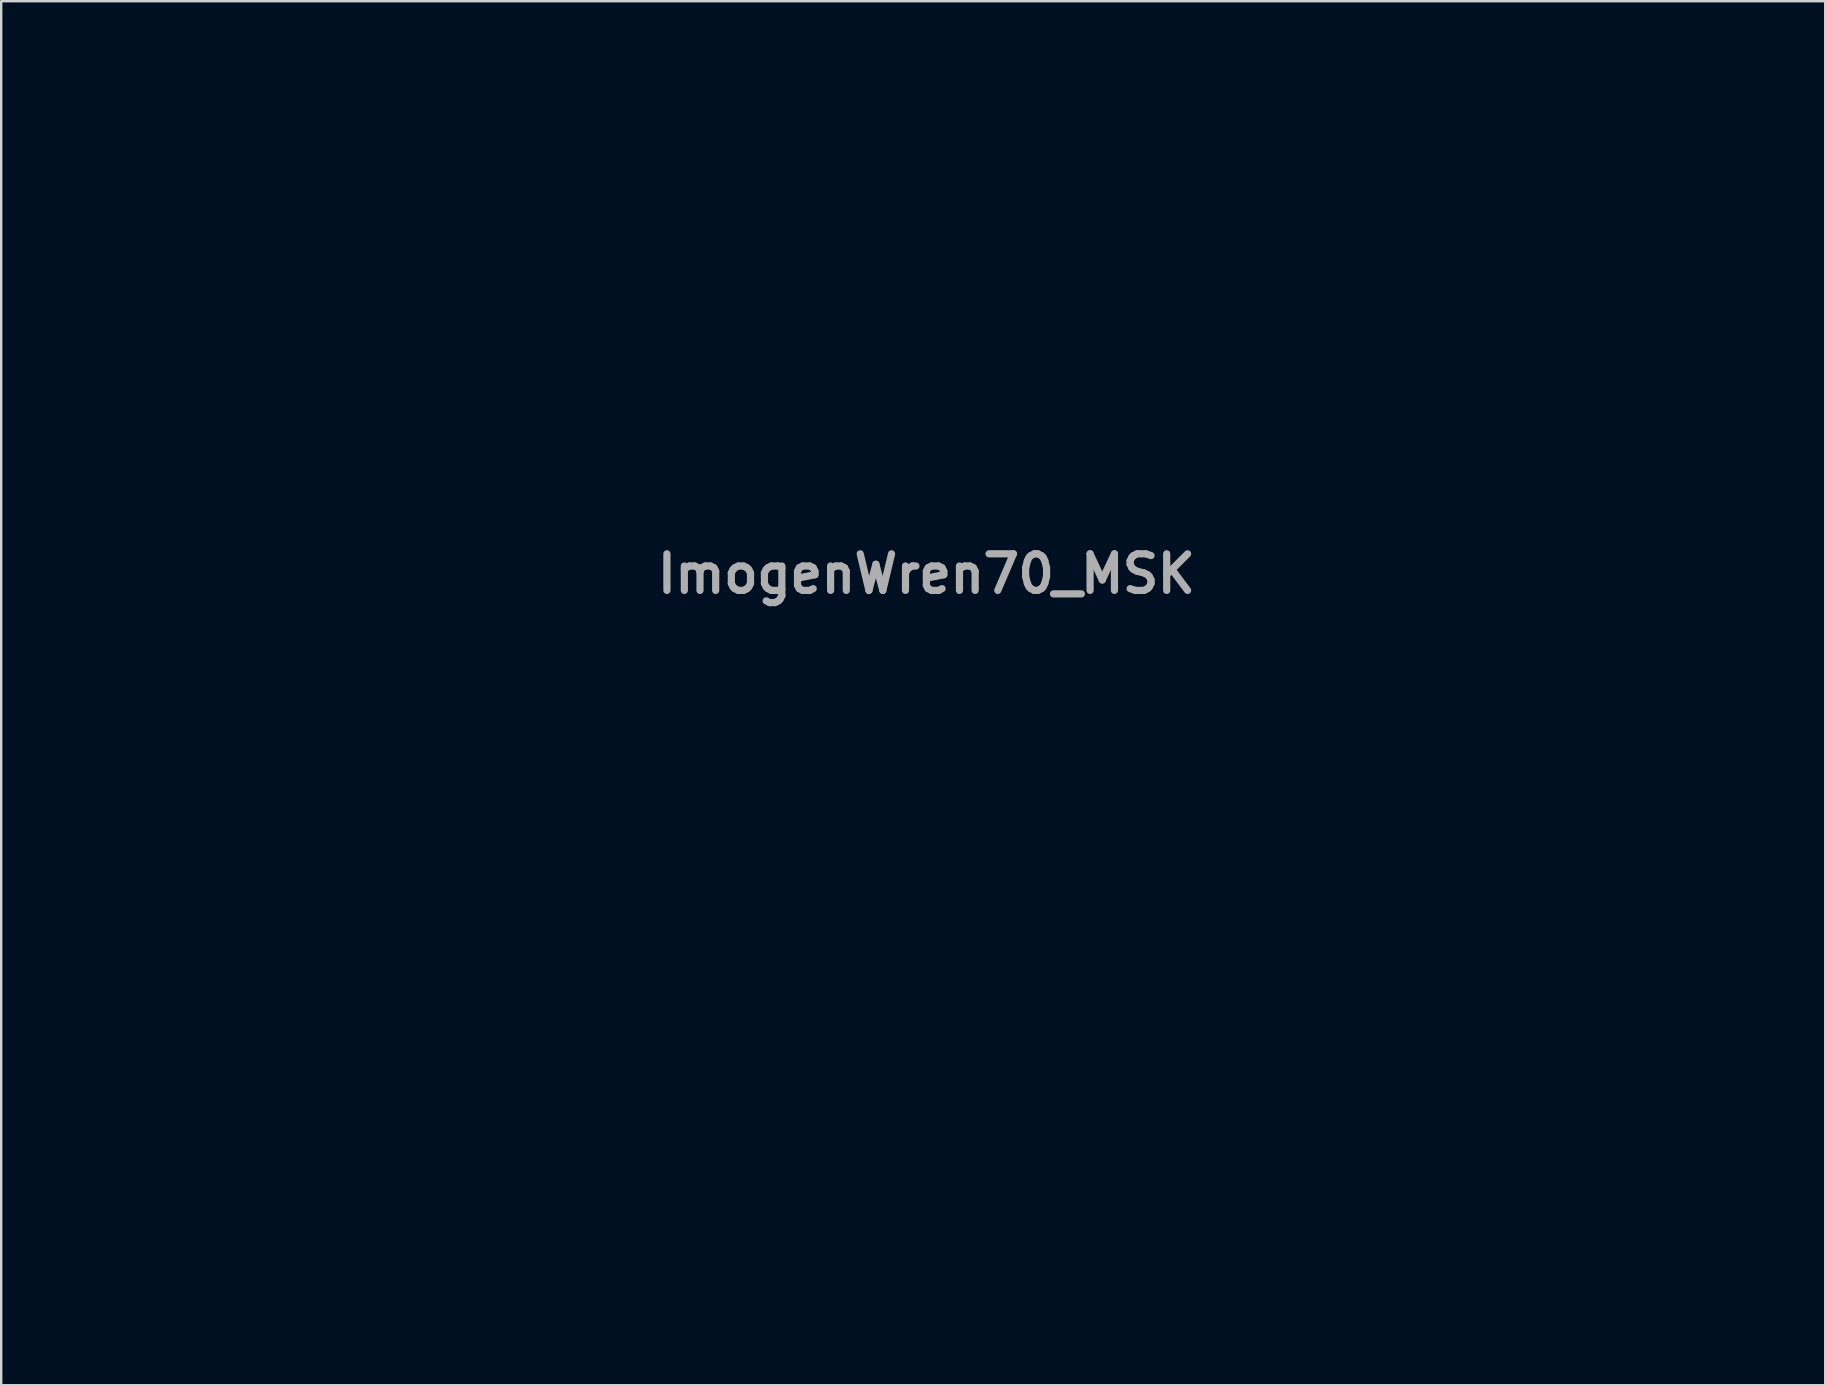
<source format=kicad_pcb>
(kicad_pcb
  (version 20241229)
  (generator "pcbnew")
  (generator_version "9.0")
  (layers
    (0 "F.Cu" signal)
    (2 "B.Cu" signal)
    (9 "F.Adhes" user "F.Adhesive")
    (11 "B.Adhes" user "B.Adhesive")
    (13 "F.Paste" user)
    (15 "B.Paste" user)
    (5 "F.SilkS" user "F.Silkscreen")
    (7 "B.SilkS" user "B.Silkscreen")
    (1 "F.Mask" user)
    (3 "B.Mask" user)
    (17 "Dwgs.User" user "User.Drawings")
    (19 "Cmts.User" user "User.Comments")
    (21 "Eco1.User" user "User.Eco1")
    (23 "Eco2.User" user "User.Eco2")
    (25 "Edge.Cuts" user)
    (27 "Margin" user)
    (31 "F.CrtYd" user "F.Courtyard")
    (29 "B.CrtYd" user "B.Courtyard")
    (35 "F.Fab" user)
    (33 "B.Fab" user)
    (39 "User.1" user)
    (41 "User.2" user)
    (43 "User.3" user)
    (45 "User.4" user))
  (footprint "ImogenWren70_MSK"
    (layer "F.Cu")
    (at 35 26.58)
    (property "Reference" "ImogenWren70_MSK" (at 0.557 -5.715 0) (layer "F.Fab") (effects (font (size 1.524 1.524) (thickness 0.3))))
    (attr board_only exclude_from_pos_files exclude_from_bom)
    (fp_poly (pts (xy -3.408 10.87) (xy -3.283 10.906) (xy -3.169 10.965) (xy -3.073 11.045) (xy -2.98 11.159) (xy -2.88 11.317) (xy -2.745 11.517) (xy -2.594 11.671) (xy -2.418 11.786) (xy -2.205 11.867) (xy -1.945 11.922) (xy -1.806 11.939) (xy -1.515 11.972) (xy -1.278 12.003) (xy -1.087 12.034) (xy -0.93 12.067) (xy -0.798 12.104) (xy -0.681 12.148) (xy -0.591 12.188) (xy -0.323 12.352) (xy -0.095 12.567) (xy 0.09 12.827) (xy 0.228 13.13) (xy 0.279 13.297) (xy 0.321 13.528) (xy 0.315 13.717) (xy 0.261 13.863) (xy 0.159 13.964) (xy 0.104 13.993) (xy 0.071 14.007) (xy 0.042 14.018) (xy 0.01 14.024) (xy -0.032 14.025) (xy -0.091 14.019) (xy -0.176 14.006) (xy -0.292 13.984) (xy -0.447 13.952) (xy -0.648 13.91) (xy -0.902 13.855) (xy -1.063 13.821) (xy -1.457 13.747) (xy -1.797 13.705) (xy -2.086 13.694) (xy -2.328 13.715) (xy -2.526 13.768) (xy -2.527 13.768) (xy -2.726 13.88) (xy -2.891 14.041) (xy -3.01 14.24) (xy -3.033 14.299) (xy -3.051 14.359) (xy -3.066 14.427) (xy -3.078 14.509) (xy -3.086 14.611) (xy -3.092 14.739) (xy -3.094 14.898) (xy -3.094 15.094) (xy -3.091 15.333) (xy -3.085 15.621) (xy -3.077 15.962) (xy -3.066 16.362) (xy -3.056 16.827) (xy -3.056 17.234) (xy -3.066 17.589) (xy -3.086 17.898) (xy -3.119 18.167) (xy -3.163 18.403) (xy -3.221 18.612) (xy -3.294 18.8) (xy -3.381 18.974) (xy -3.406 19.019) (xy -3.53 19.194) (xy -3.695 19.379) (xy -3.884 19.555) (xy -4.077 19.706) (xy -4.17 19.766) (xy -4.378 19.872) (xy -4.605 19.961) (xy -4.839 20.029) (xy -5.068 20.074) (xy -5.278 20.093) (xy -5.457 20.085) (xy -5.593 20.046) (xy -5.6 20.043) (xy -5.695 19.977) (xy -5.776 19.896) (xy -5.78 19.891) (xy -5.807 19.848) (xy -5.827 19.797) (xy -5.841 19.733) (xy -5.847 19.652) (xy -5.846 19.548) (xy -5.837 19.419) (xy -5.819 19.258) (xy -5.791 19.061) (xy -5.754 18.824) (xy -5.706 18.542) (xy -5.648 18.211) (xy -5.578 17.826) (xy -5.496 17.383) (xy -5.471 17.247) (xy -5.387 16.792) (xy -5.315 16.391) (xy -5.254 16.032) (xy -5.201 15.705) (xy -5.155 15.399) (xy -5.115 15.103) (xy -5.079 14.807) (xy -5.045 14.498) (xy -5.012 14.168) (xy -4.995 13.988) (xy -4.944 13.468) (xy -4.889 13.01) (xy -4.83 12.609) (xy -4.767 12.262) (xy -4.698 11.966) (xy -4.621 11.715) (xy -4.537 11.506) (xy -4.444 11.335) (xy -4.341 11.199) (xy -4.23 11.096) (xy -4.037 10.977) (xy -3.825 10.897) (xy -3.61 10.86)) (stroke (width 0) (type solid)) (fill yes) (layer "F.Mask"))
    (fp_poly (pts (xy 2.746 14.496) (xy 2.749 14.496) (xy 3.233 14.546) (xy 3.657 14.618) (xy 4.027 14.714) (xy 4.345 14.835) (xy 4.614 14.984) (xy 4.839 15.161) (xy 5.022 15.369) (xy 5.167 15.609) (xy 5.168 15.611) (xy 5.222 15.724) (xy 5.258 15.816) (xy 5.279 15.907) (xy 5.292 16.017) (xy 5.299 16.166) (xy 5.3 16.218) (xy 5.298 16.507) (xy 5.266 16.761) (xy 5.202 17.004) (xy 5.098 17.261) (xy 5.08 17.301) (xy 4.927 17.594) (xy 4.761 17.844) (xy 4.564 18.072) (xy 4.449 18.186) (xy 4.314 18.309) (xy 4.187 18.411) (xy 4.06 18.494) (xy 3.926 18.559) (xy 3.776 18.609) (xy 3.604 18.645) (xy 3.402 18.669) (xy 3.162 18.683) (xy 2.877 18.688) (xy 2.538 18.686) (xy 2.301 18.682) (xy 1.981 18.677) (xy 1.719 18.674) (xy 1.507 18.675) (xy 1.339 18.681) (xy 1.207 18.694) (xy 1.104 18.714) (xy 1.021 18.743) (xy 0.952 18.783) (xy 0.89 18.834) (xy 0.827 18.898) (xy 0.784 18.945) (xy 0.641 19.135) (xy 0.558 19.325) (xy 0.537 19.51) (xy 0.553 19.612) (xy 0.63 19.772) (xy 0.769 19.922) (xy 0.969 20.06) (xy 1.227 20.185) (xy 1.542 20.298) (xy 1.911 20.396) (xy 2.332 20.48) (xy 2.803 20.548) (xy 3.093 20.58) (xy 3.495 20.626) (xy 3.837 20.684) (xy 4.128 20.756) (xy 4.372 20.846) (xy 4.577 20.955) (xy 4.748 21.088) (xy 4.892 21.248) (xy 5.015 21.437) (xy 5.065 21.534) (xy 5.149 21.744) (xy 5.188 21.94) (xy 5.182 22.111) (xy 5.128 22.247) (xy 5.12 22.259) (xy 4.981 22.393) (xy 4.782 22.503) (xy 4.522 22.588) (xy 4.202 22.649) (xy 4.126 22.659) (xy 3.974 22.672) (xy 3.769 22.681) (xy 3.525 22.687) (xy 3.254 22.689) (xy 2.969 22.688) (xy 2.684 22.683) (xy 2.412 22.676) (xy 2.164 22.665) (xy 1.955 22.652) (xy 1.824 22.639) (xy 1.298 22.553) (xy 0.816 22.428) (xy 0.378 22.266) (xy -0.012 22.067) (xy -0.353 21.832) (xy -0.642 21.564) (xy -0.878 21.263) (xy -1.058 20.931) (xy -1.12 20.773) (xy -1.229 20.395) (xy -1.313 19.972) (xy -1.37 19.517) (xy -1.4 19.045) (xy -1.403 18.571) (xy -1.376 18.108) (xy -1.32 17.672) (xy -1.303 17.58) (xy -1.207 17.141) (xy -1.113 16.801) (xy 0.571 16.801) (xy 0.581 16.856) (xy 0.616 16.979) (xy 0.668 17.077) (xy 0.747 17.153) (xy 0.859 17.21) (xy 1.012 17.254) (xy 1.215 17.287) (xy 1.474 17.314) (xy 1.504 17.317) (xy 1.672 17.331) (xy 1.828 17.344) (xy 1.952 17.355) (xy 2.028 17.362) (xy 2.394 17.378) (xy 2.718 17.353) (xy 2.893 17.318) (xy 3.157 17.232) (xy 3.39 17.117) (xy 3.583 16.98) (xy 3.729 16.827) (xy 3.819 16.664) (xy 3.832 16.626) (xy 3.846 16.454) (xy 3.801 16.291) (xy 3.701 16.143) (xy 3.551 16.019) (xy 3.357 15.924) (xy 3.301 15.905) (xy 3.143 15.869) (xy 2.938 15.838) (xy 2.701 15.813) (xy 2.445 15.796) (xy 2.185 15.785) (xy 1.934 15.783) (xy 1.707 15.789) (xy 1.518 15.805) (xy 1.39 15.827) (xy 1.132 15.919) (xy 0.917 16.046) (xy 0.749 16.204) (xy 0.633 16.386) (xy 0.572 16.587) (xy 0.571 16.801) (xy -1.113 16.801) (xy -1.089 16.715) (xy -0.954 16.316) (xy -0.807 15.956) (xy -0.669 15.68) (xy -0.551 15.502) (xy -0.398 15.32) (xy -0.225 15.15) (xy -0.049 15.008) (xy 0.11 14.912) (xy 0.571 14.723) (xy 1.063 14.588) (xy 1.588 14.505) (xy 2.148 14.475)) (stroke (width 0) (type solid)) (fill yes) (layer "F.Mask"))
    (fp_poly (pts (xy 7.281 16.84) (xy 7.404 16.938) (xy 7.529 17.1) (xy 7.615 17.249) (xy 7.696 17.399) (xy 7.763 17.502) (xy 7.825 17.572) (xy 7.896 17.623) (xy 7.976 17.663) (xy 8.077 17.701) (xy 8.192 17.727) (xy 8.329 17.741) (xy 8.498 17.745) (xy 8.709 17.738) (xy 8.972 17.721) (xy 9.088 17.712) (xy 9.512 17.68) (xy 9.878 17.657) (xy 10.195 17.644) (xy 10.469 17.641) (xy 10.707 17.649) (xy 10.917 17.67) (xy 11.107 17.702) (xy 11.284 17.748) (xy 11.455 17.807) (xy 11.627 17.88) (xy 11.726 17.926) (xy 12.003 18.092) (xy 12.247 18.303) (xy 12.456 18.561) (xy 12.634 18.87) (xy 12.781 19.23) (xy 12.898 19.644) (xy 12.987 20.115) (xy 13.021 20.378) (xy 13.034 20.494) (xy 13.044 20.614) (xy 13.052 20.747) (xy 13.058 20.897) (xy 13.062 21.073) (xy 13.065 21.281) (xy 13.066 21.527) (xy 13.066 21.818) (xy 13.064 22.16) (xy 13.061 22.561) (xy 13.061 22.601) (xy 13.057 23.042) (xy 13.053 23.42) (xy 13.047 23.737) (xy 13.041 23.995) (xy 13.034 24.197) (xy 13.026 24.344) (xy 13.017 24.44) (xy 13.009 24.48) (xy 12.923 24.672) (xy 12.801 24.814) (xy 12.637 24.912) (xy 12.423 24.971) (xy 12.422 24.971) (xy 12.2 24.985) (xy 12.01 24.942) (xy 11.854 24.843) (xy 11.731 24.687) (xy 11.641 24.475) (xy 11.598 24.293) (xy 11.59 24.223) (xy 11.58 24.095) (xy 11.569 23.915) (xy 11.556 23.69) (xy 11.543 23.428) (xy 11.529 23.134) (xy 11.515 22.816) (xy 11.501 22.482) (xy 11.496 22.346) (xy 11.483 22.008) (xy 11.469 21.685) (xy 11.455 21.384) (xy 11.442 21.113) (xy 11.43 20.878) (xy 11.419 20.685) (xy 11.409 20.541) (xy 11.401 20.453) (xy 11.398 20.435) (xy 11.325 20.186) (xy 11.214 19.987) (xy 11.061 19.835) (xy 10.906 19.744) (xy 10.848 19.719) (xy 10.787 19.701) (xy 10.712 19.689) (xy 10.612 19.681) (xy 10.475 19.678) (xy 10.291 19.677) (xy 10.169 19.678) (xy 9.773 19.688) (xy 9.436 19.713) (xy 9.153 19.756) (xy 8.921 19.818) (xy 8.733 19.899) (xy 8.586 20.002) (xy 8.474 20.127) (xy 8.452 20.16) (xy 8.395 20.265) (xy 8.352 20.377) (xy 8.321 20.506) (xy 8.302 20.661) (xy 8.294 20.853) (xy 8.295 21.089) (xy 8.304 21.381) (xy 8.305 21.395) (xy 8.319 21.802) (xy 8.327 22.202) (xy 8.33 22.588) (xy 8.327 22.949) (xy 8.32 23.278) (xy 8.307 23.566) (xy 8.289 23.803) (xy 8.274 23.935) (xy 8.217 24.26) (xy 8.147 24.524) (xy 8.059 24.732) (xy 7.951 24.889) (xy 7.819 24.999) (xy 7.66 25.066) (xy 7.47 25.096) (xy 7.397 25.098) (xy 7.24 25.09) (xy 7.117 25.059) (xy 7.036 25.023) (xy 6.885 24.912) (xy 6.747 24.751) (xy 6.631 24.554) (xy 6.572 24.411) (xy 6.55 24.341) (xy 6.533 24.274) (xy 6.521 24.201) (xy 6.512 24.111) (xy 6.507 23.994) (xy 6.505 23.842) (xy 6.504 23.645) (xy 6.506 23.393) (xy 6.506 23.362) (xy 6.509 23.059) (xy 6.514 22.7) (xy 6.522 22.291) (xy 6.531 21.842) (xy 6.542 21.36) (xy 6.555 20.855) (xy 6.569 20.334) (xy 6.584 19.806) (xy 6.6 19.278) (xy 6.617 18.76) (xy 6.627 18.474) (xy 6.637 18.161) (xy 6.647 17.906) (xy 6.656 17.703) (xy 6.664 17.544) (xy 6.673 17.422) (xy 6.682 17.33) (xy 6.694 17.261) (xy 6.708 17.207) (xy 6.724 17.162) (xy 6.745 17.119) (xy 6.747 17.114) (xy 6.847 16.966) (xy 6.973 16.862) (xy 7.112 16.811) (xy 7.159 16.807)) (stroke (width 0) (type solid)) (fill yes) (layer "F.Mask"))
    (fp_poly (pts (xy -6.421 6.152) (xy -6.234 6.207) (xy -6.075 6.313) (xy -6.019 6.369) (xy -5.933 6.484) (xy -5.871 6.618) (xy -5.831 6.781) (xy -5.809 6.987) (xy -5.802 7.237) (xy -5.804 7.384) (xy -5.81 7.533) (xy -5.821 7.692) (xy -5.838 7.868) (xy -5.861 8.07) (xy -5.893 8.305) (xy -5.933 8.582) (xy -5.984 8.908) (xy -6.035 9.237) (xy -6.135 9.868) (xy -6.224 10.459) (xy -6.306 11.019) (xy -6.38 11.557) (xy -6.448 12.083) (xy -6.51 12.605) (xy -6.568 13.132) (xy -6.622 13.673) (xy -6.675 14.236) (xy -6.725 14.832) (xy -6.776 15.468) (xy -6.827 16.154) (xy -6.867 16.726) (xy -6.906 17.277) (xy -6.942 17.767) (xy -6.976 18.202) (xy -7.008 18.587) (xy -7.039 18.927) (xy -7.07 19.226) (xy -7.1 19.489) (xy -7.132 19.723) (xy -7.165 19.931) (xy -7.2 20.119) (xy -7.238 20.291) (xy -7.279 20.453) (xy -7.324 20.611) (xy -7.365 20.741) (xy -7.518 21.129) (xy -7.708 21.465) (xy -7.935 21.747) (xy -8.197 21.975) (xy -8.481 22.141) (xy -8.759 22.244) (xy -9.031 22.286) (xy -9.301 22.266) (xy -9.572 22.185) (xy -9.846 22.041) (xy -10.127 21.834) (xy -10.284 21.694) (xy -10.571 21.396) (xy -10.868 21.037) (xy -11.173 20.62) (xy -11.484 20.149) (xy -11.798 19.625) (xy -12.115 19.053) (xy -12.431 18.435) (xy -12.746 17.775) (xy -12.931 17.366) (xy -13.063 17.067) (xy -13.174 16.822) (xy -13.265 16.625) (xy -13.341 16.469) (xy -13.403 16.35) (xy -13.456 16.259) (xy -13.503 16.192) (xy -13.546 16.142) (xy -13.562 16.126) (xy -13.693 16.04) (xy -13.841 16.015) (xy -14.001 16.049) (xy -14.172 16.138) (xy -14.352 16.281) (xy -14.539 16.476) (xy -14.73 16.719) (xy -14.924 17.009) (xy -15.118 17.344) (xy -15.31 17.72) (xy -15.498 18.136) (xy -15.613 18.414) (xy -15.843 19.048) (xy -16.024 19.672) (xy -16.109 20.036) (xy -16.201 20.453) (xy -16.295 20.844) (xy -16.387 21.2) (xy -16.476 21.514) (xy -16.56 21.779) (xy -16.628 21.965) (xy -16.812 22.369) (xy -17.018 22.715) (xy -17.243 23.004) (xy -17.487 23.232) (xy -17.748 23.398) (xy -17.755 23.402) (xy -17.884 23.462) (xy -17.988 23.5) (xy -18.094 23.52) (xy -18.228 23.531) (xy -18.301 23.533) (xy -18.489 23.534) (xy -18.637 23.519) (xy -18.77 23.487) (xy -18.789 23.481) (xy -19.064 23.358) (xy -19.317 23.179) (xy -19.547 22.94) (xy -19.758 22.642) (xy -19.903 22.379) (xy -20.012 22.14) (xy -20.128 21.846) (xy -20.246 21.509) (xy -20.365 21.14) (xy -20.481 20.75) (xy -20.591 20.349) (xy -20.692 19.948) (xy -20.78 19.559) (xy -20.854 19.192) (xy -20.908 18.858) (xy -20.911 18.84) (xy -21.007 18.171) (xy -21.108 17.51) (xy -21.214 16.85) (xy -21.328 16.183) (xy -21.451 15.501) (xy -21.584 14.798) (xy -21.729 14.065) (xy -21.887 13.294) (xy -22.059 12.479) (xy -22.248 11.611) (xy -22.327 11.252) (xy -22.591 10.056) (xy -22.555 9.695) (xy -22.491 9.272) (xy -22.391 8.888) (xy -22.258 8.546) (xy -22.092 8.252) (xy -21.897 8.008) (xy -21.674 7.818) (xy -21.518 7.727) (xy -21.419 7.682) (xy -21.333 7.653) (xy -21.238 7.638) (xy -21.115 7.632) (xy -20.992 7.631) (xy -20.836 7.633) (xy -20.724 7.64) (xy -20.634 7.658) (xy -20.546 7.691) (xy -20.448 7.737) (xy -20.316 7.811) (xy -20.187 7.896) (xy -20.1 7.967) (xy -19.968 8.09) (xy -19.914 8.762) (xy -19.836 9.648) (xy -19.752 10.492) (xy -19.66 11.29) (xy -19.561 12.04) (xy -19.455 12.739) (xy -19.343 13.385) (xy -19.226 13.975) (xy -19.103 14.506) (xy -18.976 14.976) (xy -18.891 15.247) (xy -18.748 15.635) (xy -18.598 15.958) (xy -18.443 16.215) (xy -18.281 16.408) (xy -18.113 16.535) (xy -17.939 16.598) (xy -17.759 16.595) (xy -17.573 16.527) (xy -17.38 16.395) (xy -17.275 16.298) (xy -17.181 16.2) (xy -17.09 16.097) (xy -16.999 15.982) (xy -16.903 15.849) (xy -16.799 15.693) (xy -16.683 15.509) (xy -16.552 15.289) (xy -16.401 15.029) (xy -16.228 14.722) (xy -16.029 14.366) (xy -15.809 13.975) (xy -15.614 13.637) (xy -15.44 13.346) (xy -15.283 13.096) (xy -15.139 12.881) (xy -15.003 12.696) (xy -14.873 12.534) (xy -14.744 12.39) (xy -14.671 12.315) (xy -14.475 12.13) (xy -14.302 11.995) (xy -14.143 11.904) (xy -13.986 11.851) (xy -13.82 11.831) (xy -13.769 11.83) (xy -13.569 11.85) (xy -13.386 11.913) (xy -13.204 12.025) (xy -13.057 12.147) (xy -12.949 12.251) (xy -12.848 12.358) (xy -12.75 12.475) (xy -12.65 12.609) (xy -12.547 12.765) (xy -12.434 12.95) (xy -12.309 13.17) (xy -12.167 13.431) (xy -12.005 13.739) (xy -11.825 14.086) (xy -11.643 14.438) (xy -11.485 14.735) (xy -11.347 14.984) (xy -11.226 15.19) (xy -11.118 15.359) (xy -11.021 15.496) (xy -10.931 15.606) (xy -10.844 15.697) (xy -10.833 15.706) (xy -10.663 15.841) (xy -10.507 15.916) (xy -10.358 15.933) (xy -10.206 15.895) (xy -10.164 15.875) (xy -10.008 15.766) (xy -9.876 15.609) (xy -9.765 15.4) (xy -9.675 15.135) (xy -9.603 14.811) (xy -9.585 14.71) (xy -9.572 14.607) (xy -9.56 14.476) (xy -9.549 14.311) (xy -9.539 14.108) (xy -9.53 13.86) (xy -9.522 13.562) (xy -9.514 13.211) (xy -9.506 12.799) (xy -9.505 12.744) (xy -9.499 12.406) (xy -9.492 12.076) (xy -9.484 11.761) (xy -9.475 11.47) (xy -9.467 11.211) (xy -9.458 10.993) (xy -9.45 10.823) (xy -9.443 10.712) (xy -9.371 10.072) (xy -9.273 9.488) (xy -9.148 8.957) (xy -8.993 8.474) (xy -8.807 8.036) (xy -8.589 7.638) (xy -8.337 7.276) (xy -8.05 6.946) (xy -8.003 6.898) (xy -7.716 6.639) (xy -7.425 6.431) (xy -7.137 6.277) (xy -6.856 6.181) (xy -6.646 6.147)) (stroke (width 0) (type solid)) (fill yes) (layer "F.Mask"))
    (fp_poly (pts (xy -15.746 -26.556) (xy -15.196 -26.487) (xy -14.675 -26.373) (xy -14.185 -26.218) (xy -13.732 -26.022) (xy -13.318 -25.788) (xy -12.946 -25.518) (xy -12.621 -25.214) (xy -12.345 -24.878) (xy -12.122 -24.511) (xy -11.96 -24.13) (xy -11.918 -24.001) (xy -11.888 -23.893) (xy -11.868 -23.789) (xy -11.854 -23.672) (xy -11.846 -23.525) (xy -11.84 -23.332) (xy -11.839 -23.302) (xy -11.836 -23.053) (xy -11.84 -22.855) (xy -11.854 -22.694) (xy -11.876 -22.558) (xy -11.959 -22.277) (xy -12.094 -21.968) (xy -12.276 -21.635) (xy -12.502 -21.286) (xy -12.766 -20.926) (xy -13.065 -20.56) (xy -13.395 -20.194) (xy -13.752 -19.835) (xy -14.12 -19.497) (xy -14.627 -19.07) (xy -15.165 -18.66) (xy -15.736 -18.261) (xy -16.346 -17.872) (xy -17.001 -17.49) (xy -17.703 -17.112) (xy -18.459 -16.735) (xy -19.274 -16.355) (xy -19.681 -16.174) (xy -20.015 -16.027) (xy -20.294 -15.903) (xy -20.524 -15.797) (xy -20.711 -15.706) (xy -20.859 -15.627) (xy -20.975 -15.557) (xy -21.065 -15.492) (xy -21.132 -15.429) (xy -21.184 -15.364) (xy -21.226 -15.294) (xy -21.264 -15.215) (xy -21.271 -15.199) (xy -21.288 -15.155) (xy -21.303 -15.105) (xy -21.317 -15.044) (xy -21.33 -14.969) (xy -21.341 -14.876) (xy -21.352 -14.762) (xy -21.361 -14.622) (xy -21.371 -14.454) (xy -21.379 -14.253) (xy -21.388 -14.016) (xy -21.396 -13.739) (xy -21.404 -13.419) (xy -21.412 -13.051) (xy -21.421 -12.633) (xy -21.43 -12.16) (xy -21.44 -11.63) (xy -21.45 -11.037) (xy -21.45 -11.012) (xy -21.464 -10.213) (xy -21.478 -9.474) (xy -21.49 -8.789) (xy -21.503 -8.155) (xy -21.515 -7.564) (xy -21.526 -7.013) (xy -21.538 -6.496) (xy -21.55 -6.006) (xy -21.561 -5.54) (xy -21.574 -5.092) (xy -21.586 -4.656) (xy -21.599 -4.228) (xy -21.613 -3.801) (xy -21.628 -3.371) (xy -21.644 -2.932) (xy -21.66 -2.479) (xy -21.668 -2.278) (xy -21.677 -2.02) (xy -21.684 -1.778) (xy -21.688 -1.562) (xy -21.69 -1.38) (xy -21.689 -1.242) (xy -21.686 -1.157) (xy -21.684 -1.14) (xy -21.63 -0.999) (xy -21.531 -0.868) (xy -21.407 -0.773) (xy -21.402 -0.771) (xy -21.334 -0.745) (xy -21.218 -0.713) (xy -21.074 -0.678) (xy -20.956 -0.654) (xy -20.705 -0.599) (xy -20.461 -0.534) (xy -20.213 -0.455) (xy -19.952 -0.358) (xy -19.669 -0.241) (xy -19.353 -0.098) (xy -18.997 0.073) (xy -18.78 0.18) (xy -18.462 0.335) (xy -18.195 0.458) (xy -17.975 0.549) (xy -17.795 0.61) (xy -17.651 0.642) (xy -17.538 0.647) (xy -17.451 0.625) (xy -17.385 0.577) (xy -17.354 0.539) (xy -17.322 0.471) (xy -17.281 0.353) (xy -17.235 0.202) (xy -17.189 0.031) (xy -17.177 -0.018) (xy -17.118 -0.261) (xy -17.071 -0.45) (xy -17.032 -0.596) (xy -16.998 -0.707) (xy -16.966 -0.795) (xy -16.932 -0.869) (xy -16.892 -0.939) (xy -16.845 -1.015) (xy -16.843 -1.018) (xy -16.764 -1.125) (xy -16.644 -1.265) (xy -16.493 -1.43) (xy -16.321 -1.609) (xy -16.136 -1.794) (xy -15.948 -1.974) (xy -15.766 -2.141) (xy -15.599 -2.285) (xy -15.535 -2.338) (xy -14.916 -2.791) (xy -14.272 -3.185) (xy -13.601 -3.519) (xy -12.898 -3.796) (xy -12.23 -4) (xy -11.996 -4.053) (xy -11.776 -4.083) (xy -11.556 -4.088) (xy -11.324 -4.067) (xy -11.066 -4.02) (xy -10.768 -3.946) (xy -10.599 -3.898) (xy -10.311 -3.807) (xy -10.068 -3.714) (xy -9.852 -3.609) (xy -9.649 -3.483) (xy -9.442 -3.327) (xy -9.217 -3.132) (xy -9.127 -3.049) (xy -8.969 -2.905) (xy -8.844 -2.803) (xy -8.738 -2.739) (xy -8.637 -2.71) (xy -8.526 -2.712) (xy -8.391 -2.742) (xy -8.219 -2.797) (xy -8.175 -2.812) (xy -7.915 -2.894) (xy -7.681 -2.957) (xy -7.455 -3.003) (xy -7.223 -3.035) (xy -6.968 -3.053) (xy -6.676 -3.062) (xy -6.44 -3.063) (xy -5.85 -3.046) (xy -5.301 -2.999) (xy -4.796 -2.922) (xy -4.338 -2.817) (xy -3.931 -2.683) (xy -3.578 -2.521) (xy -3.285 -2.335) (xy -3.112 -2.192) (xy -2.974 -2.042) (xy -2.867 -1.876) (xy -2.785 -1.682) (xy -2.724 -1.451) (xy -2.677 -1.171) (xy -2.656 -0.983) (xy -2.628 -0.775) (xy -2.586 -0.551) (xy -2.533 -0.321) (xy -2.472 -0.094) (xy -2.407 0.119) (xy -2.339 0.307) (xy -2.274 0.461) (xy -2.213 0.57) (xy -2.162 0.623) (xy -2.07 0.655) (xy -1.964 0.653) (xy -1.837 0.615) (xy -1.68 0.539) (xy -1.487 0.422) (xy -1.386 0.355) (xy -1.237 0.252) (xy -1.087 0.138) (xy -0.926 0.007) (xy -0.747 -0.147) (xy -0.544 -0.33) (xy -0.308 -0.549) (xy -0.114 -0.732) (xy 0.063 -0.898) (xy 0.241 -1.063) (xy 0.409 -1.216) (xy 0.557 -1.348) (xy 0.673 -1.448) (xy 0.704 -1.474) (xy 0.97 -1.68) (xy 1.265 -1.887) (xy 1.575 -2.089) (xy 1.89 -2.277) (xy 2.196 -2.445) (xy 2.483 -2.587) (xy 2.737 -2.694) (xy 2.819 -2.722) (xy 3.038 -2.775) (xy 3.312 -2.806) (xy 3.376 -2.809) (xy 3.648 -2.811) (xy 3.879 -2.783) (xy 4.084 -2.721) (xy 4.275 -2.618) (xy 4.466 -2.468) (xy 4.672 -2.265) (xy 4.687 -2.25) (xy 4.881 -2.043) (xy 5.039 -1.879) (xy 5.167 -1.75) (xy 5.273 -1.652) (xy 5.363 -1.576) (xy 5.444 -1.517) (xy 5.524 -1.469) (xy 5.592 -1.433) (xy 5.937 -1.284) (xy 6.278 -1.181) (xy 6.608 -1.125) (xy 6.92 -1.117) (xy 7.206 -1.156) (xy 7.458 -1.243) (xy 7.543 -1.289) (xy 7.63 -1.346) (xy 7.702 -1.411) (xy 7.772 -1.498) (xy 7.853 -1.621) (xy 7.901 -1.7) (xy 8.017 -1.883) (xy 8.136 -2.041) (xy 8.266 -2.18) (xy 8.415 -2.309) (xy 8.593 -2.434) (xy 8.808 -2.561) (xy 9.07 -2.698) (xy 9.317 -2.819) (xy 9.612 -2.953) (xy 9.867 -3.053) (xy 10.098 -3.123) (xy 10.318 -3.167) (xy 10.541 -3.189) (xy 10.67 -3.192) (xy 11.033 -3.195) (xy 11.31 -3.058) (xy 11.541 -2.922) (xy 11.792 -2.736) (xy 12.051 -2.51) (xy 12.31 -2.254) (xy 12.558 -1.976) (xy 12.785 -1.687) (xy 12.803 -1.662) (xy 13.035 -1.319) (xy 13.253 -0.954) (xy 13.459 -0.557) (xy 13.66 -0.121) (xy 13.859 0.363) (xy 14.041 0.852) (xy 14.153 1.165) (xy 14.246 1.423) (xy 14.324 1.633) (xy 14.388 1.803) (xy 14.441 1.938) (xy 14.487 2.048) (xy 14.528 2.138) (xy 14.566 2.216) (xy 14.603 2.284) (xy 14.665 2.385) (xy 14.72 2.459) (xy 14.757 2.491) (xy 14.759 2.491) (xy 14.81 2.469) (xy 14.899 2.408) (xy 15.019 2.315) (xy 15.164 2.195) (xy 15.323 2.056) (xy 15.491 1.905) (xy 15.659 1.747) (xy 15.736 1.671) (xy 15.878 1.529) (xy 15.999 1.4) (xy 16.105 1.275) (xy 16.205 1.143) (xy 16.304 0.995) (xy 16.411 0.819) (xy 16.532 0.607) (xy 16.556 0.564) (xy 18.782 0.564) (xy 18.804 0.76) (xy 18.881 0.939) (xy 19.012 1.094) (xy 19.153 1.196) (xy 19.385 1.3) (xy 19.645 1.354) (xy 19.935 1.359) (xy 20.262 1.313) (xy 20.477 1.262) (xy 20.868 1.138) (xy 21.222 0.987) (xy 21.535 0.812) (xy 21.803 0.617) (xy 22.024 0.406) (xy 22.195 0.182) (xy 22.311 -0.053) (xy 22.371 -0.294) (xy 22.371 -0.538) (xy 22.333 -0.709) (xy 22.254 -0.882) (xy 22.138 -1.034) (xy 22.001 -1.15) (xy 21.872 -1.21) (xy 21.656 -1.243) (xy 21.4 -1.239) (xy 21.114 -1.2) (xy 20.809 -1.129) (xy 20.494 -1.03) (xy 20.182 -0.907) (xy 19.882 -0.761) (xy 19.605 -0.596) (xy 19.458 -0.491) (xy 19.221 -0.288) (xy 19.035 -0.075) (xy 18.899 0.142) (xy 18.814 0.356) (xy 18.782 0.564) (xy 16.556 0.564) (xy 16.675 0.348) (xy 16.695 0.311) (xy 16.9 -0.052) (xy 17.098 -0.367) (xy 17.298 -0.65) (xy 17.512 -0.915) (xy 17.747 -1.175) (xy 18.164 -1.582) (xy 18.594 -1.941) (xy 19.031 -2.251) (xy 19.471 -2.507) (xy 19.909 -2.707) (xy 20.34 -2.849) (xy 20.681 -2.919) (xy 21.063 -2.948) (xy 21.472 -2.931) (xy 21.898 -2.871) (xy 22.329 -2.773) (xy 22.754 -2.639) (xy 23.159 -2.474) (xy 23.535 -2.28) (xy 23.869 -2.062) (xy 24.099 -1.872) (xy 24.263 -1.694) (xy 24.417 -1.481) (xy 24.549 -1.254) (xy 24.642 -1.038) (xy 24.653 -1.005) (xy 24.715 -0.695) (xy 24.719 -0.366) (xy 24.669 -0.024) (xy 24.567 0.326) (xy 24.417 0.677) (xy 24.221 1.025) (xy 23.983 1.363) (xy 23.705 1.686) (xy 23.391 1.988) (xy 23.044 2.264) (xy 22.764 2.45) (xy 22.6 2.55) (xy 22.413 2.664) (xy 22.239 2.77) (xy 22.199 2.794) (xy 22.045 2.897) (xy 21.884 3.022) (xy 21.726 3.158) (xy 21.584 3.294) (xy 21.468 3.421) (xy 21.391 3.526) (xy 21.372 3.564) (xy 21.347 3.661) (xy 21.348 3.749) (xy 21.349 3.751) (xy 21.392 3.816) (xy 21.484 3.855) (xy 21.625 3.867) (xy 21.817 3.852) (xy 22.062 3.811) (xy 22.361 3.742) (xy 22.715 3.646) (xy 23.126 3.522) (xy 23.441 3.421) (xy 23.656 3.349) (xy 23.904 3.264) (xy 24.173 3.169) (xy 24.454 3.068) (xy 24.734 2.966) (xy 25.003 2.867) (xy 25.249 2.774) (xy 25.462 2.692) (xy 25.63 2.625) (xy 25.701 2.595) (xy 25.887 2.486) (xy 26.053 2.339) (xy 26.18 2.171) (xy 26.201 2.132) (xy 26.246 2.036) (xy 26.282 1.939) (xy 26.311 1.836) (xy 26.332 1.718) (xy 26.346 1.58) (xy 26.352 1.416) (xy 26.352 1.217) (xy 26.346 0.978) (xy 26.334 0.692) (xy 26.316 0.352) (xy 26.299 0.066) (xy 26.272 -0.393) (xy 26.249 -0.79) (xy 26.23 -1.132) (xy 26.214 -1.422) (xy 26.203 -1.666) (xy 26.197 -1.868) (xy 26.194 -2.032) (xy 26.195 -2.165) (xy 26.201 -2.269) (xy 26.212 -2.351) (xy 26.226 -2.415) (xy 26.245 -2.465) (xy 26.269 -2.506) (xy 26.297 -2.544) (xy 26.326 -2.577) (xy 26.387 -2.641) (xy 26.45 -2.693) (xy 26.527 -2.737) (xy 26.629 -2.778) (xy 26.766 -2.821) (xy 26.949 -2.87) (xy 27.095 -2.907) (xy 27.305 -2.957) (xy 27.472 -2.992) (xy 27.616 -3.014) (xy 27.759 -3.025) (xy 27.92 -3.029) (xy 27.956 -3.03) (xy 28.126 -3.029) (xy 28.248 -3.024) (xy 28.34 -3.011) (xy 28.42 -2.987) (xy 28.505 -2.951) (xy 28.516 -2.946) (xy 28.708 -2.83) (xy 28.864 -2.683) (xy 28.971 -2.519) (xy 28.988 -2.479) (xy 29.018 -2.381) (xy 29.051 -2.245) (xy 29.081 -2.096) (xy 29.086 -2.066) (xy 29.125 -1.884) (xy 29.174 -1.751) (xy 29.244 -1.65) (xy 29.342 -1.565) (xy 29.365 -1.549) (xy 29.454 -1.505) (xy 29.568 -1.479) (xy 29.713 -1.471) (xy 29.894 -1.482) (xy 30.116 -1.513) (xy 30.384 -1.564) (xy 30.703 -1.635) (xy 31.079 -1.728) (xy 31.103 -1.734) (xy 31.423 -1.813) (xy 31.696 -1.873) (xy 31.933 -1.916) (xy 32.149 -1.945) (xy 32.357 -1.961) (xy 32.57 -1.966) (xy 32.597 -1.966) (xy 32.993 -1.943) (xy 33.347 -1.871) (xy 33.663 -1.748) (xy 33.946 -1.573) (xy 34.199 -1.342) (xy 34.426 -1.055) (xy 34.443 -1.031) (xy 34.586 -0.79) (xy 34.707 -0.53) (xy 34.806 -0.244) (xy 34.884 0.074) (xy 34.943 0.43) (xy 34.983 0.831) (xy 35.007 1.283) (xy 35.015 1.792) (xy 35.015 1.835) (xy 35.003 2.474) (xy 34.965 3.072) (xy 34.9 3.648) (xy 34.804 4.224) (xy 34.676 4.818) (xy 34.636 4.982) (xy 34.564 5.253) (xy 34.496 5.467) (xy 34.427 5.633) (xy 34.354 5.758) (xy 34.272 5.85) (xy 34.176 5.918) (xy 34.149 5.933) (xy 34.039 5.977) (xy 33.925 5.994) (xy 33.79 5.983) (xy 33.617 5.945) (xy 33.563 5.931) (xy 33.213 5.823) (xy 32.928 5.711) (xy 32.706 5.594) (xy 32.547 5.472) (xy 32.451 5.344) (xy 32.444 5.33) (xy 32.412 5.246) (xy 32.393 5.155) (xy 32.388 5.049) (xy 32.397 4.918) (xy 32.421 4.754) (xy 32.462 4.548) (xy 32.519 4.29) (xy 32.544 4.184) (xy 32.646 3.734) (xy 32.727 3.338) (xy 32.789 2.988) (xy 32.832 2.675) (xy 32.857 2.393) (xy 32.866 2.132) (xy 32.859 1.885) (xy 32.844 1.71) (xy 32.783 1.321) (xy 32.687 0.986) (xy 32.553 0.702) (xy 32.381 0.467) (xy 32.168 0.277) (xy 31.939 0.143) (xy 31.632 0.033) (xy 31.306 -0.018) (xy 30.958 -0.009) (xy 30.586 0.059) (xy 30.481 0.087) (xy 30.116 0.221) (xy 29.8 0.397) (xy 29.534 0.616) (xy 29.316 0.88) (xy 29.145 1.188) (xy 29.02 1.542) (xy 29.017 1.557) (xy 28.994 1.654) (xy 28.978 1.758) (xy 28.967 1.882) (xy 28.961 2.037) (xy 28.958 2.236) (xy 28.958 2.425) (xy 28.961 2.665) (xy 28.967 2.869) (xy 28.978 3.055) (xy 28.996 3.244) (xy 29.022 3.454) (xy 29.058 3.705) (xy 29.068 3.769) (xy 29.102 3.997) (xy 29.135 4.223) (xy 29.164 4.431) (xy 29.188 4.607) (xy 29.204 4.736) (xy 29.206 4.752) (xy 29.218 5.054) (xy 29.188 5.327) (xy 29.117 5.564) (xy 29.009 5.762) (xy 28.865 5.912) (xy 28.689 6.012) (xy 28.647 6.026) (xy 28.567 6.039) (xy 28.429 6.05) (xy 28.242 6.058) (xy 28.014 6.062) (xy 27.845 6.063) (xy 27.612 6.063) (xy 27.435 6.06) (xy 27.304 6.056) (xy 27.209 6.048) (xy 27.139 6.036) (xy 27.086 6.019) (xy 27.046 6.001) (xy 26.879 5.879) (xy 26.746 5.702) (xy 26.647 5.47) (xy 26.581 5.185) (xy 26.55 4.848) (xy 26.547 4.702) (xy 26.547 4.396) (xy 26.033 4.642) (xy 25.798 4.752) (xy 25.526 4.876) (xy 25.224 5.009) (xy 24.902 5.15) (xy 24.564 5.295) (xy 24.22 5.44) (xy 23.877 5.584) (xy 23.541 5.722) (xy 23.221 5.852) (xy 22.923 5.971) (xy 22.655 6.075) (xy 22.425 6.162) (xy 22.24 6.228) (xy 22.107 6.27) (xy 22.106 6.271) (xy 21.546 6.416) (xy 21.012 6.522) (xy 20.481 6.593) (xy 19.931 6.634) (xy 19.681 6.642) (xy 19.343 6.648) (xy 19.059 6.645) (xy 18.818 6.631) (xy 18.609 6.603) (xy 18.42 6.558) (xy 18.242 6.494) (xy 18.061 6.407) (xy 17.869 6.296) (xy 17.652 6.158) (xy 17.633 6.145) (xy 17.295 5.9) (xy 17.014 5.652) (xy 16.782 5.39) (xy 16.744 5.34) (xy 16.665 5.237) (xy 16.599 5.159) (xy 16.557 5.117) (xy 16.549 5.113) (xy 16.503 5.138) (xy 16.435 5.202) (xy 16.359 5.289) (xy 16.29 5.383) (xy 16.253 5.447) (xy 16.213 5.544) (xy 16.192 5.652) (xy 16.19 5.783) (xy 16.207 5.947) (xy 16.243 6.154) (xy 16.283 6.342) (xy 16.353 6.674) (xy 16.407 6.961) (xy 16.447 7.22) (xy 16.474 7.467) (xy 16.49 7.722) (xy 16.498 8) (xy 16.5 8.243) (xy 16.497 8.551) (xy 16.487 8.811) (xy 16.469 9.041) (xy 16.44 9.258) (xy 16.397 9.48) (xy 16.339 9.724) (xy 16.304 9.859) (xy 16.223 10.131) (xy 16.111 10.446) (xy 15.974 10.794) (xy 15.817 11.162) (xy 15.647 11.539) (xy 15.467 11.913) (xy 15.282 12.273) (xy 15.1 12.607) (xy 14.987 12.798) (xy 14.741 13.193) (xy 14.5 13.549) (xy 14.252 13.882) (xy 13.984 14.206) (xy 13.686 14.538) (xy 13.346 14.892) (xy 12.953 15.273) (xy 12.581 15.6) (xy 12.225 15.875) (xy 11.877 16.103) (xy 11.533 16.288) (xy 11.184 16.434) (xy 10.826 16.545) (xy 10.717 16.572) (xy 10.622 16.587) (xy 10.474 16.6) (xy 10.287 16.613) (xy 10.074 16.623) (xy 9.849 16.632) (xy 9.623 16.638) (xy 9.412 16.64) (xy 9.227 16.639) (xy 9.082 16.634) (xy 9.013 16.628) (xy 8.5 16.543) (xy 8.04 16.421) (xy 7.632 16.26) (xy 7.275 16.06) (xy 6.968 15.821) (xy 6.71 15.542) (xy 6.5 15.221) (xy 6.336 14.858) (xy 6.287 14.716) (xy 6.26 14.621) (xy 6.24 14.533) (xy 6.226 14.439) (xy 6.218 14.325) (xy 6.214 14.178) (xy 6.212 13.986) (xy 6.213 13.863) (xy 6.215 13.623) (xy 6.221 13.432) (xy 6.23 13.299) (xy 8.756 13.299) (xy 8.793 13.532) (xy 8.882 13.73) (xy 9.025 13.895) (xy 9.22 14.028) (xy 9.328 14.08) (xy 9.432 14.12) (xy 9.523 14.143) (xy 9.625 14.151) (xy 9.76 14.149) (xy 9.816 14.146) (xy 10.143 14.106) (xy 10.34 14.051) (xy 10.773 13.87) (xy 11.207 13.632) (xy 11.634 13.344) (xy 12.047 13.013) (xy 12.435 12.648) (xy 12.792 12.256) (xy 13.107 11.843) (xy 13.373 11.419) (xy 13.391 11.385) (xy 13.54 11.073) (xy 13.655 10.747) (xy 13.736 10.416) (xy 13.784 10.088) (xy 13.797 9.772) (xy 13.776 9.476) (xy 13.72 9.209) (xy 13.628 8.98) (xy 13.501 8.796) (xy 13.493 8.788) (xy 13.344 8.663) (xy 13.177 8.586) (xy 12.986 8.557) (xy 12.766 8.576) (xy 12.513 8.644) (xy 12.223 8.759) (xy 12.102 8.815) (xy 11.756 8.999) (xy 11.43 9.209) (xy 11.113 9.454) (xy 10.791 9.745) (xy 10.568 9.968) (xy 10.089 10.51) (xy 9.66 11.094) (xy 9.284 11.713) (xy 9.131 12.006) (xy 8.959 12.386) (xy 8.839 12.728) (xy 8.771 13.032) (xy 8.756 13.299) (xy 6.23 13.299) (xy 6.231 13.276) (xy 6.248 13.139) (xy 6.271 13.006) (xy 6.286 12.935) (xy 6.389 12.537) (xy 6.517 12.159) (xy 6.678 11.786) (xy 6.877 11.407) (xy 7.12 11.007) (xy 7.241 10.824) (xy 7.452 10.518) (xy 7.652 10.243) (xy 7.854 9.985) (xy 8.066 9.734) (xy 8.301 9.475) (xy 8.567 9.197) (xy 8.807 8.956) (xy 9.068 8.699) (xy 9.311 8.466) (xy 9.547 8.248) (xy 9.786 8.036) (xy 10.038 7.821) (xy 10.313 7.595) (xy 10.622 7.347) (xy 10.958 7.083) (xy 11.141 6.939) (xy 11.31 6.803) (xy 11.458 6.682) (xy 11.576 6.583) (xy 11.656 6.512) (xy 11.685 6.482) (xy 11.747 6.366) (xy 11.768 6.226) (xy 11.753 6.081) (xy 11.704 5.949) (xy 11.626 5.846) (xy 11.553 5.801) (xy 11.46 5.783) (xy 11.349 5.793) (xy 11.214 5.836) (xy 11.048 5.912) (xy 10.848 6.025) (xy 10.606 6.176) (xy 10.441 6.285) (xy 10.013 6.556) (xy 9.581 6.793) (xy 9.151 6.996) (xy 8.729 7.163) (xy 8.322 7.292) (xy 7.936 7.38) (xy 7.577 7.427) (xy 7.251 7.428) (xy 6.988 7.39) (xy 6.726 7.306) (xy 6.504 7.183) (xy 6.319 7.018) (xy 6.169 6.808) (xy 6.051 6.547) (xy 5.963 6.234) (xy 5.901 5.864) (xy 5.899 5.841) (xy 5.873 5.663) (xy 5.843 5.54) (xy 5.801 5.463) (xy 5.742 5.422) (xy 5.661 5.408) (xy 5.636 5.408) (xy 5.589 5.409) (xy 5.541 5.415) (xy 5.488 5.427) (xy 5.425 5.449) (xy 5.347 5.483) (xy 5.248 5.532) (xy 5.123 5.599) (xy 4.967 5.685) (xy 4.775 5.795) (xy 4.543 5.929) (xy 4.264 6.092) (xy 3.934 6.286) (xy 3.933 6.286) (xy 3.451 6.558) (xy 3.008 6.784) (xy 2.598 6.965) (xy 2.216 7.103) (xy 1.855 7.199) (xy 1.51 7.255) (xy 1.174 7.271) (xy 0.842 7.251) (xy 0.509 7.194) (xy 0.379 7.163) (xy -0.058 7.019) (xy -0.459 6.822) (xy -0.82 6.576) (xy -1.138 6.285) (xy -1.411 5.951) (xy -1.634 5.579) (xy -1.805 5.171) (xy -1.922 4.732) (xy -1.963 4.455) (xy -1.987 4.275) (xy -2.018 4.137) (xy -2.062 4.043) (xy -2.125 3.989) (xy -2.214 3.975) (xy -2.335 3.999) (xy -2.495 4.06) (xy -2.699 4.158) (xy -2.905 4.264) (xy -3.102 4.365) (xy -3.322 4.474) (xy -3.537 4.578) (xy -3.722 4.664) (xy -3.724 4.665) (xy -3.895 4.746) (xy -4.066 4.832) (xy -4.217 4.914) (xy -4.32 4.975) (xy -4.619 5.135) (xy -4.92 5.229) (xy -5.211 5.259) (xy -5.421 5.243) (xy -5.584 5.193) (xy -5.713 5.103) (xy -5.818 4.965) (xy -5.831 4.942) (xy -5.885 4.836) (xy -5.927 4.722) (xy -5.958 4.591) (xy -5.978 4.434) (xy -5.99 4.243) (xy -5.994 4.008) (xy -5.99 3.722) (xy -5.986 3.556) (xy -5.979 3.116) (xy -5.983 2.846) (xy 0.684 2.846) (xy 0.685 3.114) (xy 0.733 3.345) (xy 0.762 3.416) (xy 0.863 3.587) (xy 1.001 3.753) (xy 1.158 3.896) (xy 1.316 3.997) (xy 1.334 4.005) (xy 1.555 4.078) (xy 1.825 4.129) (xy 2.132 4.154) (xy 2.462 4.155) (xy 2.804 4.13) (xy 2.945 4.111) (xy 3.353 4.029) (xy 3.708 3.908) (xy 4.01 3.749) (xy 4.26 3.55) (xy 4.458 3.312) (xy 4.605 3.034) (xy 4.701 2.715) (xy 4.725 2.525) (xy 8.407 2.525) (xy 8.427 2.739) (xy 8.472 2.925) (xy 8.537 3.08) (xy 8.681 3.293) (xy 8.87 3.464) (xy 9.098 3.59) (xy 9.36 3.669) (xy 9.65 3.698) (xy 9.962 3.675) (xy 10.078 3.654) (xy 10.392 3.555) (xy 10.679 3.4) (xy 10.936 3.194) (xy 11.159 2.941) (xy 11.343 2.647) (xy 11.485 2.317) (xy 11.582 1.956) (xy 11.625 1.626) (xy 11.621 1.275) (xy 11.56 0.945) (xy 11.447 0.641) (xy 11.283 0.37) (xy 11.072 0.136) (xy 10.818 -0.054) (xy 10.7 -0.118) (xy 10.575 -0.178) (xy 10.485 -0.212) (xy 10.404 -0.226) (xy 10.309 -0.224) (xy 10.222 -0.217) (xy 9.892 -0.169) (xy 9.61 -0.086) (xy 9.364 0.035) (xy 9.141 0.201) (xy 9.045 0.292) (xy 8.902 0.452) (xy 8.784 0.625) (xy 8.686 0.818) (xy 8.605 1.04) (xy 8.539 1.302) (xy 8.484 1.611) (xy 8.438 1.964) (xy 8.411 2.27) (xy 8.407 2.525) (xy 4.725 2.525) (xy 4.747 2.354) (xy 4.752 2.182) (xy 4.733 1.854) (xy 4.673 1.571) (xy 4.571 1.325) (xy 4.421 1.105) (xy 4.294 0.97) (xy 4.042 0.773) (xy 3.755 0.631) (xy 3.435 0.545) (xy 3.078 0.514) (xy 3.032 0.514) (xy 2.641 0.547) (xy 2.277 0.64) (xy 1.941 0.79) (xy 1.636 0.996) (xy 1.367 1.256) (xy 1.135 1.566) (xy 0.967 1.877) (xy 0.826 2.223) (xy 0.732 2.548) (xy 0.684 2.846) (xy -5.983 2.846) (xy -5.985 2.737) (xy -6.002 2.413) (xy -6.032 2.141) (xy -6.076 1.917) (xy -6.081 1.895) (xy -6.186 1.585) (xy -6.328 1.328) (xy -6.508 1.123) (xy -6.728 0.966) (xy -6.746 0.956) (xy -6.92 0.878) (xy -7.059 0.852) (xy -7.165 0.88) (xy -7.245 0.964) (xy -7.303 1.107) (xy -7.322 1.185) (xy -7.326 1.319) (xy -7.293 1.497) (xy -7.225 1.709) (xy -7.138 1.915) (xy -7.043 2.161) (xy -7.002 2.38) (xy -7.015 2.582) (xy -7.086 2.778) (xy -7.215 2.978) (xy -7.347 3.131) (xy -7.541 3.316) (xy -7.772 3.495) (xy -8.046 3.671) (xy -8.369 3.849) (xy -8.747 4.032) (xy -9.062 4.171) (xy -9.259 4.259) (xy -9.462 4.356) (xy -9.651 4.452) (xy -9.806 4.537) (xy -9.849 4.563) (xy -10.101 4.713) (xy -10.311 4.826) (xy -10.49 4.904) (xy -10.646 4.95) (xy -10.789 4.967) (xy -10.929 4.958) (xy -11.051 4.934) (xy -11.29 4.839) (xy -11.501 4.689) (xy -11.679 4.486) (xy -11.819 4.236) (xy -11.866 4.119) (xy -11.92 3.898) (xy -11.95 3.617) (xy -11.954 3.276) (xy -11.933 2.874) (xy -11.917 2.683) (xy -11.886 2.316) (xy -11.872 2.003) (xy -11.874 1.734) (xy -11.894 1.5) (xy -11.933 1.291) (xy -11.991 1.097) (xy -12.071 0.909) (xy -12.09 0.869) (xy -12.197 0.684) (xy -12.335 0.489) (xy -12.495 0.293) (xy -12.666 0.108) (xy -12.838 -0.055) (xy -13.001 -0.187) (xy -13.146 -0.275) (xy -13.186 -0.293) (xy -13.355 -0.331) (xy -13.499 -0.309) (xy -13.614 -0.23) (xy -13.696 -0.096) (xy -13.732 0.03) (xy -13.744 0.135) (xy -13.754 0.291) (xy -13.76 0.485) (xy -13.763 0.702) (xy -13.764 0.928) (xy -13.761 1.15) (xy -13.755 1.353) (xy -13.746 1.524) (xy -13.734 1.649) (xy -13.731 1.663) (xy -13.715 1.738) (xy -13.681 1.869) (xy -13.633 2.046) (xy -13.573 2.263) (xy -13.502 2.51) (xy -13.423 2.781) (xy -13.338 3.068) (xy -13.302 3.187) (xy -13.193 3.554) (xy -13.102 3.864) (xy -13.028 4.124) (xy -12.971 4.339) (xy -12.93 4.515) (xy -12.902 4.658) (xy -12.888 4.773) (xy -12.885 4.868) (xy -12.894 4.946) (xy -12.912 5.016) (xy -12.939 5.081) (xy -12.944 5.093) (xy -13.025 5.215) (xy -13.162 5.364) (xy -13.353 5.538) (xy -13.594 5.735) (xy -13.884 5.952) (xy -14.219 6.188) (xy -14.535 6.4) (xy -14.904 6.637) (xy -15.229 6.834) (xy -15.516 6.993) (xy -15.77 7.118) (xy -15.998 7.21) (xy -16.204 7.273) (xy -16.396 7.309) (xy -16.567 7.32) (xy -16.765 7.309) (xy -16.934 7.268) (xy -17.084 7.191) (xy -17.222 7.072) (xy -17.356 6.905) (xy -17.494 6.684) (xy -17.567 6.551) (xy -17.771 6.202) (xy -18.001 5.876) (xy -18.26 5.572) (xy -18.552 5.285) (xy -18.882 5.015) (xy -19.253 4.757) (xy -19.668 4.51) (xy -20.133 4.271) (xy -20.65 4.037) (xy -21.224 3.806) (xy -21.858 3.574) (xy -22.048 3.509) (xy -22.306 3.424) (xy -22.514 3.365) (xy -22.681 3.329) (xy -22.818 3.316) (xy -22.934 3.324) (xy -23.039 3.351) (xy -23.056 3.357) (xy -23.157 3.405) (xy -23.25 3.473) (xy -23.34 3.565) (xy -23.431 3.69) (xy -23.526 3.852) (xy -23.629 4.058) (xy -23.746 4.315) (xy -23.862 4.588) (xy -24.203 5.338) (xy -24.575 6.039) (xy -24.978 6.69) (xy -25.411 7.289) (xy -25.871 7.835) (xy -26.359 8.327) (xy -26.871 8.761) (xy -27.407 9.138) (xy -27.966 9.455) (xy -28.509 9.698) (xy -29.107 9.899) (xy -29.704 10.037) (xy -30.298 10.11) (xy -30.885 10.12) (xy -31.464 10.066) (xy -31.97 9.964) (xy -32.293 9.869) (xy -32.607 9.751) (xy -32.893 9.618) (xy -33.118 9.488) (xy -33.38 9.286) (xy -33.589 9.057) (xy -33.746 8.799) (xy -33.851 8.511) (xy -33.905 8.191) (xy -33.908 7.837) (xy -33.86 7.448) (xy -33.761 7.02) (xy -33.611 6.554) (xy -33.512 6.293) (xy -33.504 6.274) (xy -30.896 6.274) (xy -30.892 6.339) (xy -30.839 6.613) (xy -30.735 6.848) (xy -30.584 7.044) (xy -30.388 7.198) (xy -30.152 7.309) (xy -29.878 7.375) (xy -29.571 7.394) (xy -29.233 7.365) (xy -28.946 7.307) (xy -28.599 7.192) (xy -28.272 7.026) (xy -27.958 6.804) (xy -27.652 6.522) (xy -27.512 6.372) (xy -27.103 5.873) (xy -26.759 5.367) (xy -26.48 4.853) (xy -26.264 4.33) (xy -26.239 4.257) (xy -26.135 3.891) (xy -26.078 3.568) (xy -26.071 3.289) (xy -26.111 3.053) (xy -26.2 2.862) (xy -26.338 2.715) (xy -26.454 2.642) (xy -26.606 2.585) (xy -26.774 2.56) (xy -26.965 2.569) (xy -27.187 2.612) (xy -27.449 2.691) (xy -27.706 2.786) (xy -28.185 3.003) (xy -28.653 3.278) (xy -29.114 3.613) (xy -29.571 4.01) (xy -29.729 4.162) (xy -30.062 4.509) (xy -30.336 4.835) (xy -30.554 5.144) (xy -30.717 5.438) (xy -30.827 5.722) (xy -30.886 5.999) (xy -30.896 6.274) (xy -33.504 6.274) (xy -33.174 5.526) (xy -32.779 4.79) (xy -32.33 4.087) (xy -31.829 3.419) (xy -31.279 2.791) (xy -30.682 2.203) (xy -30.042 1.661) (xy -29.361 1.166) (xy -28.642 0.721) (xy -28.125 0.445) (xy -28.007 0.387) (xy -27.883 0.33) (xy -27.745 0.268) (xy -27.585 0.201) (xy -27.395 0.123) (xy -27.168 0.032) (xy -26.896 -0.075) (xy -26.57 -0.202) (xy -26.547 -0.21) (xy -26.179 -0.374) (xy -25.87 -0.557) (xy -25.619 -0.763) (xy -25.42 -0.996) (xy -25.272 -1.259) (xy -25.17 -1.556) (xy -25.152 -1.631) (xy -25.143 -1.677) (xy -25.134 -1.73) (xy -25.126 -1.791) (xy -25.119 -1.865) (xy -25.112 -1.953) (xy -25.106 -2.06) (xy -25.101 -2.187) (xy -25.095 -2.338) (xy -25.09 -2.517) (xy -25.086 -2.725) (xy -25.081 -2.967) (xy -25.077 -3.244) (xy -25.073 -3.561) (xy -25.069 -3.92) (xy -25.065 -4.325) (xy -25.061 -4.777) (xy -25.057 -5.281) (xy -25.052 -5.839) (xy -25.048 -6.455) (xy -25.043 -7.131) (xy -25.039 -7.653) (xy -25.034 -8.451) (xy -25.028 -9.186) (xy -25.024 -9.86) (xy -25.019 -10.477) (xy -25.015 -11.039) (xy -25.012 -11.548) (xy -25.009 -12.007) (xy -25.006 -12.419) (xy -25.004 -12.787) (xy -25.002 -13.112) (xy -25.001 -13.398) (xy -25 -13.646) (xy -25 -13.861) (xy -25 -14.043) (xy -25.001 -14.197) (xy -25.002 -14.324) (xy -25.004 -14.427) (xy -25.006 -14.509) (xy -25.009 -14.573) (xy -25.012 -14.62) (xy -25.016 -14.653) (xy -25.02 -14.676) (xy -25.025 -14.691) (xy -25.031 -14.7) (xy -25.037 -14.705) (xy -25.044 -14.711) (xy -25.051 -14.718) (xy -25.059 -14.731) (xy -25.059 -14.731) (xy -25.165 -14.864) (xy -25.268 -14.936) (xy -25.327 -14.964) (xy -25.386 -14.984) (xy -25.457 -14.998) (xy -25.554 -15.006) (xy -25.687 -15.009) (xy -25.871 -15.011) (xy -25.938 -15.011) (xy -26.94 -15.039) (xy -27.933 -15.12) (xy -28.908 -15.254) (xy -29.857 -15.438) (xy -30.772 -15.673) (xy -30.985 -15.737) (xy -31.397 -15.872) (xy -31.824 -16.031) (xy -32.256 -16.207) (xy -32.682 -16.397) (xy -33.094 -16.595) (xy -33.479 -16.796) (xy -33.828 -16.996) (xy -34.131 -17.189) (xy -34.319 -17.324) (xy -34.58 -17.558) (xy -34.779 -17.81) (xy -34.916 -18.078) (xy -34.989 -18.365) (xy -35 -18.669) (xy -34.948 -18.992) (xy -34.834 -19.334) (xy -34.657 -19.694) (xy -34.491 -19.965) (xy -34.347 -20.155) (xy -34.177 -20.335) (xy -33.997 -20.492) (xy -33.823 -20.61) (xy -33.761 -20.641) (xy -33.524 -20.717) (xy -33.267 -20.742) (xy -33.014 -20.714) (xy -32.953 -20.698) (xy -32.83 -20.659) (xy -32.712 -20.612) (xy -32.588 -20.551) (xy -32.446 -20.471) (xy -32.274 -20.364) (xy -32.062 -20.226) (xy -32.053 -20.22) (xy -31.749 -20.021) (xy -31.481 -19.852) (xy -31.236 -19.704) (xy -30.998 -19.568) (xy -30.751 -19.436) (xy -30.594 -19.355) (xy -29.808 -18.988) (xy -28.996 -18.673) (xy -28.166 -18.413) (xy -27.327 -18.211) (xy -26.485 -18.067) (xy -25.648 -17.984) (xy -25.416 -17.972) (xy -25.204 -17.965) (xy -25.044 -17.963) (xy -24.922 -17.967) (xy -24.825 -17.978) (xy -24.739 -17.996) (xy -24.706 -18.005) (xy -24.574 -18.049) (xy -24.47 -18.103) (xy -24.386 -18.175) (xy -24.319 -18.274) (xy -24.261 -18.409) (xy -24.208 -18.589) (xy -24.155 -18.822) (xy -24.136 -18.911) (xy -24.136 -18.913) (xy -21.624 -18.913) (xy -21.617 -18.742) (xy -21.603 -18.663) (xy -21.528 -18.509) (xy -21.402 -18.387) (xy -21.234 -18.307) (xy -21.215 -18.302) (xy -21.07 -18.278) (xy -20.905 -18.279) (xy -20.705 -18.308) (xy -20.499 -18.355) (xy -20.164 -18.456) (xy -19.791 -18.599) (xy -19.389 -18.778) (xy -18.967 -18.989) (xy -18.533 -19.226) (xy -18.097 -19.486) (xy -17.668 -19.763) (xy -17.253 -20.052) (xy -16.862 -20.349) (xy -16.83 -20.375) (xy -16.602 -20.566) (xy -16.366 -20.778) (xy -16.13 -21.004) (xy -15.901 -21.235) (xy -15.686 -21.464) (xy -15.493 -21.682) (xy -15.33 -21.882) (xy -15.203 -22.057) (xy -15.128 -22.183) (xy -15.008 -22.484) (xy -14.952 -22.781) (xy -14.959 -23.071) (xy -15.03 -23.351) (xy -15.164 -23.615) (xy -15.355 -23.857) (xy -15.589 -24.062) (xy -15.851 -24.211) (xy -16.145 -24.307) (xy -16.476 -24.351) (xy -16.617 -24.355) (xy -16.914 -24.336) (xy -17.211 -24.279) (xy -17.511 -24.18) (xy -17.821 -24.038) (xy -18.146 -23.849) (xy -18.49 -23.611) (xy -18.86 -23.321) (xy -19.101 -23.117) (xy -19.632 -22.625) (xy -20.105 -22.122) (xy -20.518 -21.611) (xy -20.869 -21.094) (xy -21.158 -20.571) (xy -21.384 -20.045) (xy -21.532 -19.57) (xy -21.58 -19.343) (xy -21.612 -19.118) (xy -21.624 -18.913) (xy -24.136 -18.913) (xy -23.936 -19.718) (xy -23.676 -20.502) (xy -23.354 -21.262) (xy -22.97 -21.999) (xy -22.526 -22.712) (xy -22.021 -23.402) (xy -21.456 -24.067) (xy -21.097 -24.444) (xy -20.584 -24.928) (xy -20.063 -25.347) (xy -19.532 -25.703) (xy -18.988 -25.997) (xy -18.429 -26.229) (xy -17.853 -26.402) (xy -17.256 -26.517) (xy -16.637 -26.573) (xy -16.322 -26.58)) (stroke (width 0) (type solid)) (fill yes) (layer "F.Mask")))
  (gr_rect
    (start -3 -3)
    (end 73.015 54.678)
    (stroke (width 0.1) (type default))
    (fill no)
    (layer "Edge.Cuts")))
</source>
